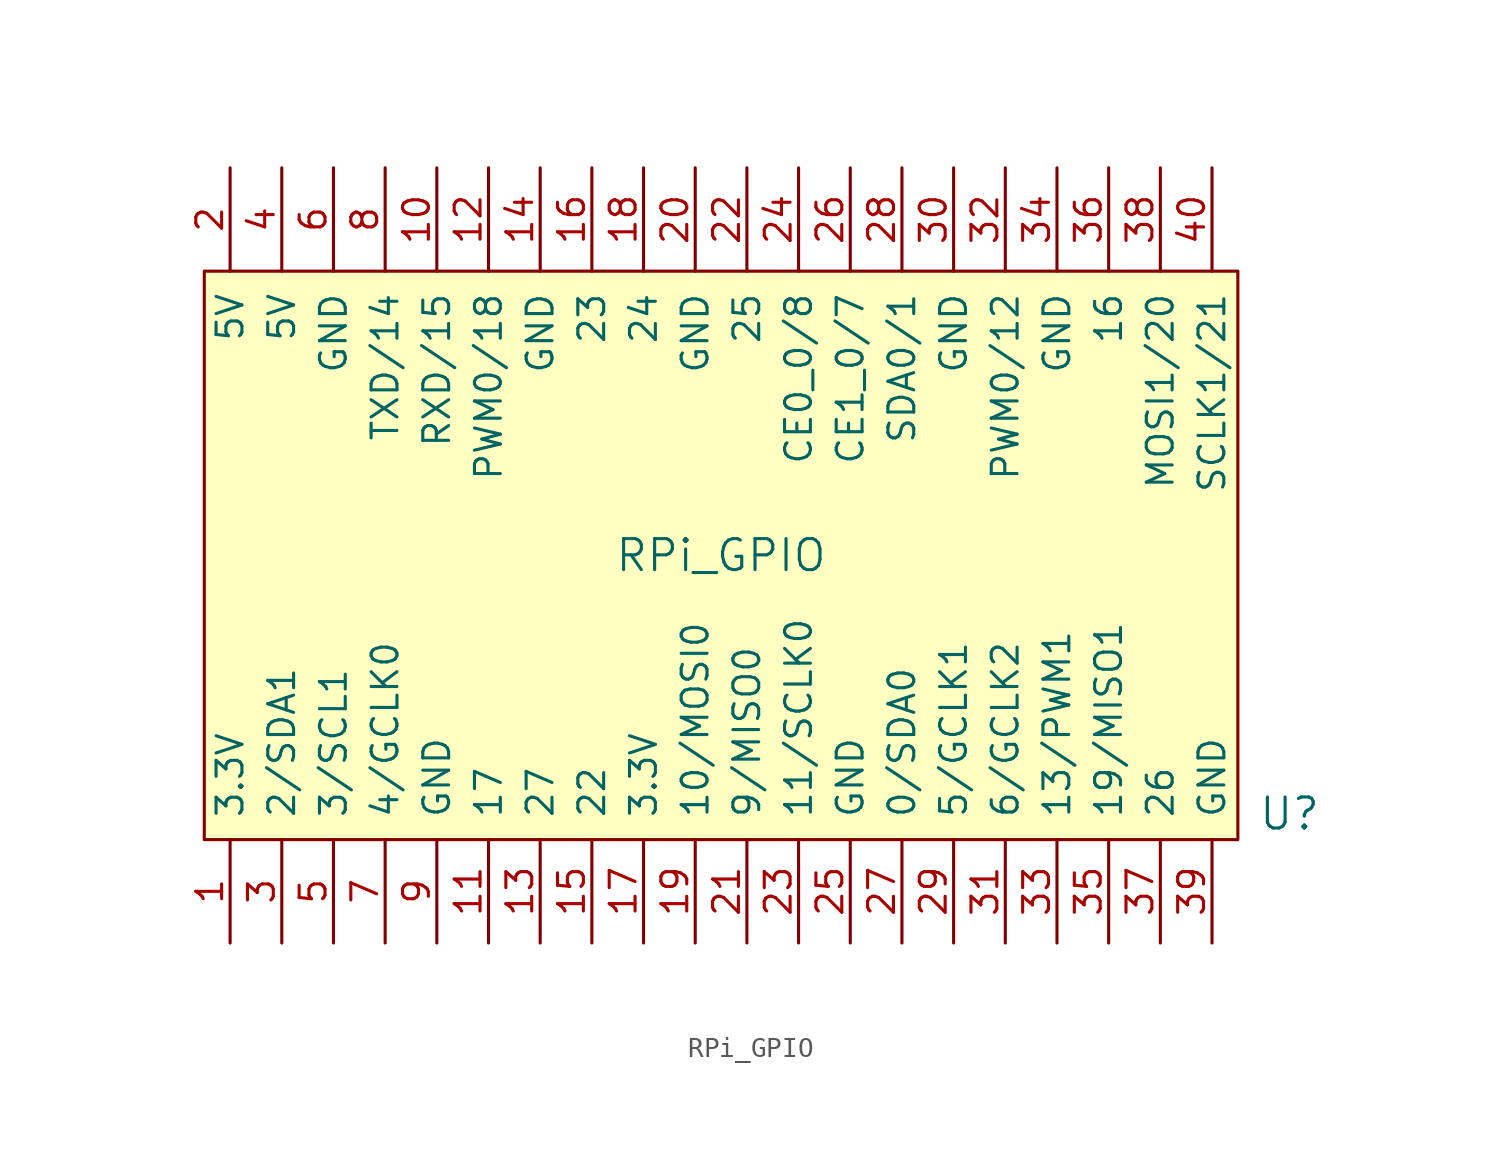
<source format=kicad_sym>
(kicad_symbol_lib
  (version 20211014)
  (generator kicad_symbol_editor)
  (symbol "RPi_GPIO"
    (pin_names
      (offset 1.016))
    (property "Reference" "U"
      (at 27.94 -12.7 0)
      (effects (font (size 1.524 1.524))))
    (property "Value" "RPi_GPIO"
      (at 0 0 0)
      (effects (font (size 1.524 1.524))))
    (symbol "RPi_GPIO_0_1"
      (rectangle (start -25.4 13.97) (end 25.4 -13.97) (stroke (width 0) (type default) (color 0 0 0 0)) (fill (type background))))
    (symbol "RPi_GPIO_1_1"
      (pin power_out line (at -24.13 -19.05 90) (length 5.08) (name "3.3V" (effects (font (size 1.27 1.27)))) (number "1" (effects (font (size 1.27 1.27)))))
      (pin bidirectional line (at -13.97 19.05 270) (length 5.08) (name "RXD/15" (effects (font (size 1.27 1.27)))) (number "10" (effects (font (size 1.27 1.27)))))
      (pin bidirectional line (at -11.43 -19.05 90) (length 5.08) (name "17" (effects (font (size 1.27 1.27)))) (number "11" (effects (font (size 1.27 1.27)))))
      (pin bidirectional line (at -11.43 19.05 270) (length 5.08) (name "PWM0/18" (effects (font (size 1.27 1.27)))) (number "12" (effects (font (size 1.27 1.27)))))
      (pin bidirectional line (at -8.89 -19.05 90) (length 5.08) (name "27" (effects (font (size 1.27 1.27)))) (number "13" (effects (font (size 1.27 1.27)))))
      (pin passive line (at -8.89 19.05 270) (length 5.08) (name "GND" (effects (font (size 1.27 1.27)))) (number "14" (effects (font (size 1.27 1.27)))))
      (pin bidirectional line (at -6.35 -19.05 90) (length 5.08) (name "22" (effects (font (size 1.27 1.27)))) (number "15" (effects (font (size 1.27 1.27)))))
      (pin bidirectional line (at -6.35 19.05 270) (length 5.08) (name "23" (effects (font (size 1.27 1.27)))) (number "16" (effects (font (size 1.27 1.27)))))
      (pin power_out line (at -3.81 -19.05 90) (length 5.08) (name "3.3V" (effects (font (size 1.27 1.27)))) (number "17" (effects (font (size 1.27 1.27)))))
      (pin bidirectional line (at -3.81 19.05 270) (length 5.08) (name "24" (effects (font (size 1.27 1.27)))) (number "18" (effects (font (size 1.27 1.27)))))
      (pin bidirectional line (at -1.27 -19.05 90) (length 5.08) (name "10/MOSI0" (effects (font (size 1.27 1.27)))) (number "19" (effects (font (size 1.27 1.27)))))
      (pin power_in line (at -24.13 19.05 270) (length 5.08) (name "5V" (effects (font (size 1.27 1.27)))) (number "2" (effects (font (size 1.27 1.27)))))
      (pin passive line (at -1.27 19.05 270) (length 5.08) (name "GND" (effects (font (size 1.27 1.27)))) (number "20" (effects (font (size 1.27 1.27)))))
      (pin bidirectional line (at 1.27 -19.05 90) (length 5.08) (name "9/MISO0" (effects (font (size 1.27 1.27)))) (number "21" (effects (font (size 1.27 1.27)))))
      (pin bidirectional line (at 1.27 19.05 270) (length 5.08) (name "25" (effects (font (size 1.27 1.27)))) (number "22" (effects (font (size 1.27 1.27)))))
      (pin bidirectional line (at 3.81 -19.05 90) (length 5.08) (name "11/SCLK0" (effects (font (size 1.27 1.27)))) (number "23" (effects (font (size 1.27 1.27)))))
      (pin bidirectional line (at 3.81 19.05 270) (length 5.08) (name "CE0_0/8" (effects (font (size 1.27 1.27)))) (number "24" (effects (font (size 1.27 1.27)))))
      (pin passive line (at 6.35 -19.05 90) (length 5.08) (name "GND" (effects (font (size 1.27 1.27)))) (number "25" (effects (font (size 1.27 1.27)))))
      (pin bidirectional line (at 6.35 19.05 270) (length 5.08) (name "CE1_0/7" (effects (font (size 1.27 1.27)))) (number "26" (effects (font (size 1.27 1.27)))))
      (pin bidirectional line (at 8.89 -19.05 90) (length 5.08) (name "0/SDA0" (effects (font (size 1.27 1.27)))) (number "27" (effects (font (size 1.27 1.27)))))
      (pin bidirectional line (at 8.89 19.05 270) (length 5.08) (name "SDA0/1" (effects (font (size 1.27 1.27)))) (number "28" (effects (font (size 1.27 1.27)))))
      (pin bidirectional line (at 11.43 -19.05 90) (length 5.08) (name "5/GCLK1" (effects (font (size 1.27 1.27)))) (number "29" (effects (font (size 1.27 1.27)))))
      (pin bidirectional line (at -21.59 -19.05 90) (length 5.08) (name "2/SDA1" (effects (font (size 1.27 1.27)))) (number "3" (effects (font (size 1.27 1.27)))))
      (pin passive line (at 11.43 19.05 270) (length 5.08) (name "GND" (effects (font (size 1.27 1.27)))) (number "30" (effects (font (size 1.27 1.27)))))
      (pin bidirectional line (at 13.97 -19.05 90) (length 5.08) (name "6/GCLK2" (effects (font (size 1.27 1.27)))) (number "31" (effects (font (size 1.27 1.27)))))
      (pin bidirectional line (at 13.97 19.05 270) (length 5.08) (name "PWM0/12" (effects (font (size 1.27 1.27)))) (number "32" (effects (font (size 1.27 1.27)))))
      (pin bidirectional line (at 16.51 -19.05 90) (length 5.08) (name "13/PWM1" (effects (font (size 1.27 1.27)))) (number "33" (effects (font (size 1.27 1.27)))))
      (pin passive line (at 16.51 19.05 270) (length 5.08) (name "GND" (effects (font (size 1.27 1.27)))) (number "34" (effects (font (size 1.27 1.27)))))
      (pin bidirectional line (at 19.05 -19.05 90) (length 5.08) (name "19/MISO1" (effects (font (size 1.27 1.27)))) (number "35" (effects (font (size 1.27 1.27)))))
      (pin bidirectional line (at 19.05 19.05 270) (length 5.08) (name "16" (effects (font (size 1.27 1.27)))) (number "36" (effects (font (size 1.27 1.27)))))
      (pin bidirectional line (at 21.59 -19.05 90) (length 5.08) (name "26" (effects (font (size 1.27 1.27)))) (number "37" (effects (font (size 1.27 1.27)))))
      (pin bidirectional line (at 21.59 19.05 270) (length 5.08) (name "MOSI1/20" (effects (font (size 1.27 1.27)))) (number "38" (effects (font (size 1.27 1.27)))))
      (pin passive line (at 24.13 -19.05 90) (length 5.08) (name "GND" (effects (font (size 1.27 1.27)))) (number "39" (effects (font (size 1.27 1.27)))))
      (pin power_in line (at -21.59 19.05 270) (length 5.08) (name "5V" (effects (font (size 1.27 1.27)))) (number "4" (effects (font (size 1.27 1.27)))))
      (pin bidirectional line (at 24.13 19.05 270) (length 5.08) (name "SCLK1/21" (effects (font (size 1.27 1.27)))) (number "40" (effects (font (size 1.27 1.27)))))
      (pin bidirectional line (at -19.05 -19.05 90) (length 5.08) (name "3/SCL1" (effects (font (size 1.27 1.27)))) (number "5" (effects (font (size 1.27 1.27)))))
      (pin passive line (at -19.05 19.05 270) (length 5.08) (name "GND" (effects (font (size 1.27 1.27)))) (number "6" (effects (font (size 1.27 1.27)))))
      (pin bidirectional line (at -16.51 -19.05 90) (length 5.08) (name "4/GCLK0" (effects (font (size 1.27 1.27)))) (number "7" (effects (font (size 1.27 1.27)))))
      (pin bidirectional line (at -16.51 19.05 270) (length 5.08) (name "TXD/14" (effects (font (size 1.27 1.27)))) (number "8" (effects (font (size 1.27 1.27)))))
      (pin passive line (at -13.97 -19.05 90) (length 5.08) (name "GND" (effects (font (size 1.27 1.27)))) (number "9" (effects (font (size 1.27 1.27))))))))
</source>
